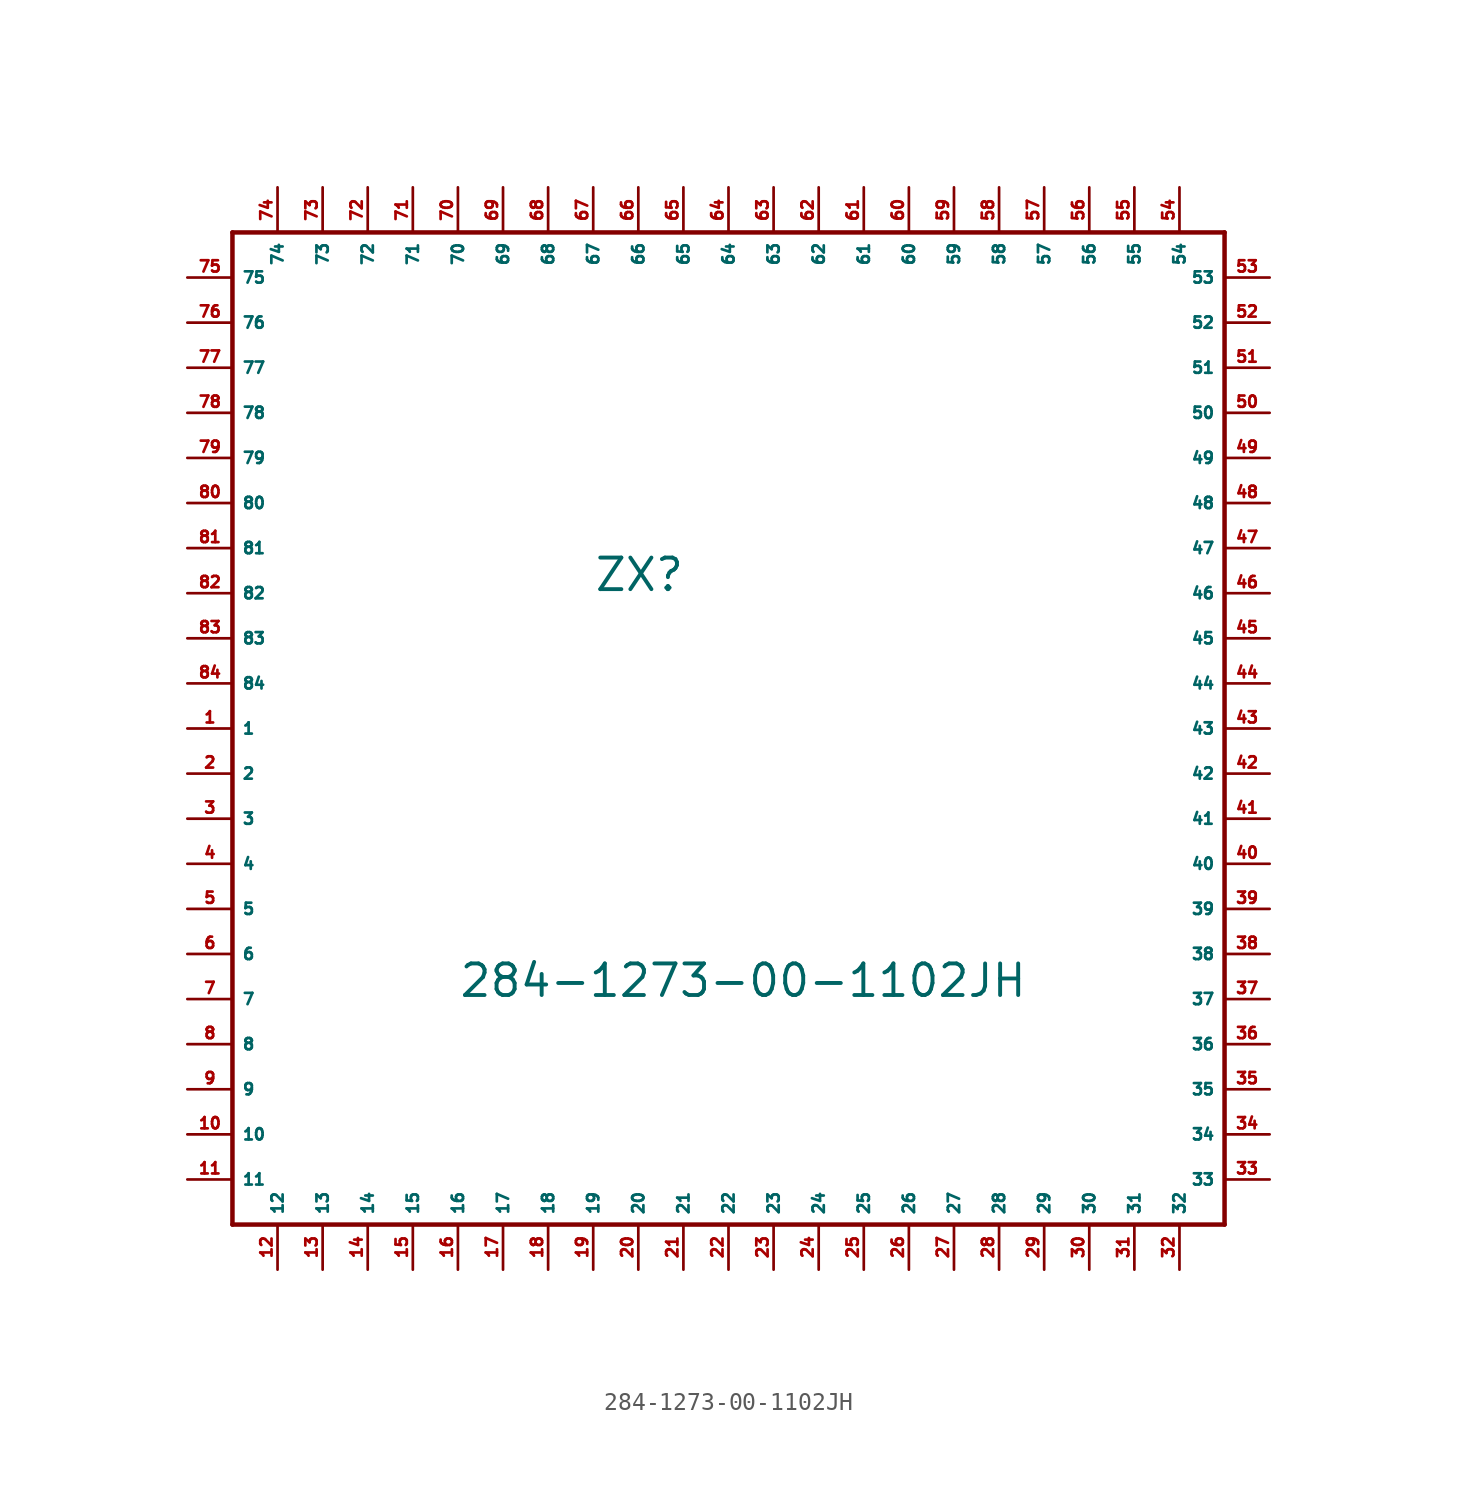
<source format=kicad_sym>
(kicad_symbol_lib
  (version 20220914)
  (generator Eagle2Kicad)
  (symbol "284-1273-00-1102JH"
    (property "Reference" "ZX"
      (at -7.62 7.62 0)
      (effects (font (size 1.778 1.778) (thickness 0.22)) (justify left bottom)))
    (property "Value" "284-1273-00-1102JH"
      (at -15.24 -15.24 0)
      (effects (font (size 1.778 1.778) (thickness 0.22)) (justify left bottom)))
    (polyline
      (pts (xy -27.94 27.94) (xy -27.94 -27.94))
      (stroke (width 0.254) (type default))
      (fill (type none)))
    (polyline
      (pts (xy -27.94 -27.94) (xy 27.94 -27.94))
      (stroke (width 0.254) (type default))
      (fill (type none)))
    (polyline
      (pts (xy 27.94 -27.94) (xy 27.94 27.94))
      (stroke (width 0.254) (type default))
      (fill (type none)))
    (polyline
      (pts (xy 27.94 27.94) (xy -27.94 27.94))
      (stroke (width 0.254) (type default))
      (fill (type none)))
    (pin passive line
      (at -30.48 0 0)
      (length 2.54)
      (name "1" (effects (font (size 0.635 0.635) (thickness 0.08)) (justify left bottom)))
      (number "1" (effects (font (size 0.635 0.635) (thickness 0.08)) (justify left bottom))))
    (pin passive line
      (at -30.48 -2.54 0)
      (length 2.54)
      (name "2" (effects (font (size 0.635 0.635) (thickness 0.08)) (justify left bottom)))
      (number "2" (effects (font (size 0.635 0.635) (thickness 0.08)) (justify left bottom))))
    (pin passive line
      (at -30.48 -5.08 0)
      (length 2.54)
      (name "3" (effects (font (size 0.635 0.635) (thickness 0.08)) (justify left bottom)))
      (number "3" (effects (font (size 0.635 0.635) (thickness 0.08)) (justify left bottom))))
    (pin passive line
      (at -30.48 -7.62 0)
      (length 2.54)
      (name "4" (effects (font (size 0.635 0.635) (thickness 0.08)) (justify left bottom)))
      (number "4" (effects (font (size 0.635 0.635) (thickness 0.08)) (justify left bottom))))
    (pin passive line
      (at -30.48 -10.16 0)
      (length 2.54)
      (name "5" (effects (font (size 0.635 0.635) (thickness 0.08)) (justify left bottom)))
      (number "5" (effects (font (size 0.635 0.635) (thickness 0.08)) (justify left bottom))))
    (pin passive line
      (at -30.48 -12.7 0)
      (length 2.54)
      (name "6" (effects (font (size 0.635 0.635) (thickness 0.08)) (justify left bottom)))
      (number "6" (effects (font (size 0.635 0.635) (thickness 0.08)) (justify left bottom))))
    (pin passive line
      (at -30.48 -15.24 0)
      (length 2.54)
      (name "7" (effects (font (size 0.635 0.635) (thickness 0.08)) (justify left bottom)))
      (number "7" (effects (font (size 0.635 0.635) (thickness 0.08)) (justify left bottom))))
    (pin passive line
      (at -30.48 -17.78 0)
      (length 2.54)
      (name "8" (effects (font (size 0.635 0.635) (thickness 0.08)) (justify left bottom)))
      (number "8" (effects (font (size 0.635 0.635) (thickness 0.08)) (justify left bottom))))
    (pin passive line
      (at -30.48 -20.32 0)
      (length 2.54)
      (name "9" (effects (font (size 0.635 0.635) (thickness 0.08)) (justify left bottom)))
      (number "9" (effects (font (size 0.635 0.635) (thickness 0.08)) (justify left bottom))))
    (pin passive line
      (at -30.48 -22.86 0)
      (length 2.54)
      (name "10" (effects (font (size 0.635 0.635) (thickness 0.08)) (justify left bottom)))
      (number "10" (effects (font (size 0.635 0.635) (thickness 0.08)) (justify left bottom))))
    (pin passive line
      (at -30.48 -25.4 0)
      (length 2.54)
      (name "11" (effects (font (size 0.635 0.635) (thickness 0.08)) (justify left bottom)))
      (number "11" (effects (font (size 0.635 0.635) (thickness 0.08)) (justify left bottom))))
    (pin passive line
      (at -25.4 -30.48 90)
      (length 2.54)
      (name "12" (effects (font (size 0.635 0.635) (thickness 0.08)) (justify left bottom)))
      (number "12" (effects (font (size 0.635 0.635) (thickness 0.08)) (justify left bottom))))
    (pin passive line
      (at -22.86 -30.48 90)
      (length 2.54)
      (name "13" (effects (font (size 0.635 0.635) (thickness 0.08)) (justify left bottom)))
      (number "13" (effects (font (size 0.635 0.635) (thickness 0.08)) (justify left bottom))))
    (pin passive line
      (at -20.32 -30.48 90)
      (length 2.54)
      (name "14" (effects (font (size 0.635 0.635) (thickness 0.08)) (justify left bottom)))
      (number "14" (effects (font (size 0.635 0.635) (thickness 0.08)) (justify left bottom))))
    (pin passive line
      (at -17.78 -30.48 90)
      (length 2.54)
      (name "15" (effects (font (size 0.635 0.635) (thickness 0.08)) (justify left bottom)))
      (number "15" (effects (font (size 0.635 0.635) (thickness 0.08)) (justify left bottom))))
    (pin passive line
      (at -15.24 -30.48 90)
      (length 2.54)
      (name "16" (effects (font (size 0.635 0.635) (thickness 0.08)) (justify left bottom)))
      (number "16" (effects (font (size 0.635 0.635) (thickness 0.08)) (justify left bottom))))
    (pin passive line
      (at -12.7 -30.48 90)
      (length 2.54)
      (name "17" (effects (font (size 0.635 0.635) (thickness 0.08)) (justify left bottom)))
      (number "17" (effects (font (size 0.635 0.635) (thickness 0.08)) (justify left bottom))))
    (pin passive line
      (at -10.16 -30.48 90)
      (length 2.54)
      (name "18" (effects (font (size 0.635 0.635) (thickness 0.08)) (justify left bottom)))
      (number "18" (effects (font (size 0.635 0.635) (thickness 0.08)) (justify left bottom))))
    (pin passive line
      (at -7.62 -30.48 90)
      (length 2.54)
      (name "19" (effects (font (size 0.635 0.635) (thickness 0.08)) (justify left bottom)))
      (number "19" (effects (font (size 0.635 0.635) (thickness 0.08)) (justify left bottom))))
    (pin passive line
      (at -5.08 -30.48 90)
      (length 2.54)
      (name "20" (effects (font (size 0.635 0.635) (thickness 0.08)) (justify left bottom)))
      (number "20" (effects (font (size 0.635 0.635) (thickness 0.08)) (justify left bottom))))
    (pin passive line
      (at -2.54 -30.48 90)
      (length 2.54)
      (name "21" (effects (font (size 0.635 0.635) (thickness 0.08)) (justify left bottom)))
      (number "21" (effects (font (size 0.635 0.635) (thickness 0.08)) (justify left bottom))))
    (pin passive line
      (at 0 -30.48 90)
      (length 2.54)
      (name "22" (effects (font (size 0.635 0.635) (thickness 0.08)) (justify left bottom)))
      (number "22" (effects (font (size 0.635 0.635) (thickness 0.08)) (justify left bottom))))
    (pin passive line
      (at 2.54 -30.48 90)
      (length 2.54)
      (name "23" (effects (font (size 0.635 0.635) (thickness 0.08)) (justify left bottom)))
      (number "23" (effects (font (size 0.635 0.635) (thickness 0.08)) (justify left bottom))))
    (pin passive line
      (at 5.08 -30.48 90)
      (length 2.54)
      (name "24" (effects (font (size 0.635 0.635) (thickness 0.08)) (justify left bottom)))
      (number "24" (effects (font (size 0.635 0.635) (thickness 0.08)) (justify left bottom))))
    (pin passive line
      (at 7.62 -30.48 90)
      (length 2.54)
      (name "25" (effects (font (size 0.635 0.635) (thickness 0.08)) (justify left bottom)))
      (number "25" (effects (font (size 0.635 0.635) (thickness 0.08)) (justify left bottom))))
    (pin passive line
      (at 10.16 -30.48 90)
      (length 2.54)
      (name "26" (effects (font (size 0.635 0.635) (thickness 0.08)) (justify left bottom)))
      (number "26" (effects (font (size 0.635 0.635) (thickness 0.08)) (justify left bottom))))
    (pin passive line
      (at 12.7 -30.48 90)
      (length 2.54)
      (name "27" (effects (font (size 0.635 0.635) (thickness 0.08)) (justify left bottom)))
      (number "27" (effects (font (size 0.635 0.635) (thickness 0.08)) (justify left bottom))))
    (pin passive line
      (at 15.24 -30.48 90)
      (length 2.54)
      (name "28" (effects (font (size 0.635 0.635) (thickness 0.08)) (justify left bottom)))
      (number "28" (effects (font (size 0.635 0.635) (thickness 0.08)) (justify left bottom))))
    (pin passive line
      (at 17.78 -30.48 90)
      (length 2.54)
      (name "29" (effects (font (size 0.635 0.635) (thickness 0.08)) (justify left bottom)))
      (number "29" (effects (font (size 0.635 0.635) (thickness 0.08)) (justify left bottom))))
    (pin passive line
      (at 20.32 -30.48 90)
      (length 2.54)
      (name "30" (effects (font (size 0.635 0.635) (thickness 0.08)) (justify left bottom)))
      (number "30" (effects (font (size 0.635 0.635) (thickness 0.08)) (justify left bottom))))
    (pin passive line
      (at 22.86 -30.48 90)
      (length 2.54)
      (name "31" (effects (font (size 0.635 0.635) (thickness 0.08)) (justify left bottom)))
      (number "31" (effects (font (size 0.635 0.635) (thickness 0.08)) (justify left bottom))))
    (pin passive line
      (at 25.4 -30.48 90)
      (length 2.54)
      (name "32" (effects (font (size 0.635 0.635) (thickness 0.08)) (justify left bottom)))
      (number "32" (effects (font (size 0.635 0.635) (thickness 0.08)) (justify left bottom))))
    (pin passive line
      (at 30.48 -25.4 180)
      (length 2.54)
      (name "33" (effects (font (size 0.635 0.635) (thickness 0.08)) (justify left bottom)))
      (number "33" (effects (font (size 0.635 0.635) (thickness 0.08)) (justify left bottom))))
    (pin passive line
      (at 30.48 -22.86 180)
      (length 2.54)
      (name "34" (effects (font (size 0.635 0.635) (thickness 0.08)) (justify left bottom)))
      (number "34" (effects (font (size 0.635 0.635) (thickness 0.08)) (justify left bottom))))
    (pin passive line
      (at 30.48 -20.32 180)
      (length 2.54)
      (name "35" (effects (font (size 0.635 0.635) (thickness 0.08)) (justify left bottom)))
      (number "35" (effects (font (size 0.635 0.635) (thickness 0.08)) (justify left bottom))))
    (pin passive line
      (at 30.48 -17.78 180)
      (length 2.54)
      (name "36" (effects (font (size 0.635 0.635) (thickness 0.08)) (justify left bottom)))
      (number "36" (effects (font (size 0.635 0.635) (thickness 0.08)) (justify left bottom))))
    (pin passive line
      (at 30.48 -15.24 180)
      (length 2.54)
      (name "37" (effects (font (size 0.635 0.635) (thickness 0.08)) (justify left bottom)))
      (number "37" (effects (font (size 0.635 0.635) (thickness 0.08)) (justify left bottom))))
    (pin passive line
      (at 30.48 -12.7 180)
      (length 2.54)
      (name "38" (effects (font (size 0.635 0.635) (thickness 0.08)) (justify left bottom)))
      (number "38" (effects (font (size 0.635 0.635) (thickness 0.08)) (justify left bottom))))
    (pin passive line
      (at 30.48 -10.16 180)
      (length 2.54)
      (name "39" (effects (font (size 0.635 0.635) (thickness 0.08)) (justify left bottom)))
      (number "39" (effects (font (size 0.635 0.635) (thickness 0.08)) (justify left bottom))))
    (pin passive line
      (at 30.48 -7.62 180)
      (length 2.54)
      (name "40" (effects (font (size 0.635 0.635) (thickness 0.08)) (justify left bottom)))
      (number "40" (effects (font (size 0.635 0.635) (thickness 0.08)) (justify left bottom))))
    (pin passive line
      (at 30.48 -5.08 180)
      (length 2.54)
      (name "41" (effects (font (size 0.635 0.635) (thickness 0.08)) (justify left bottom)))
      (number "41" (effects (font (size 0.635 0.635) (thickness 0.08)) (justify left bottom))))
    (pin passive line
      (at 30.48 -2.54 180)
      (length 2.54)
      (name "42" (effects (font (size 0.635 0.635) (thickness 0.08)) (justify left bottom)))
      (number "42" (effects (font (size 0.635 0.635) (thickness 0.08)) (justify left bottom))))
    (pin passive line
      (at 30.48 0 180)
      (length 2.54)
      (name "43" (effects (font (size 0.635 0.635) (thickness 0.08)) (justify left bottom)))
      (number "43" (effects (font (size 0.635 0.635) (thickness 0.08)) (justify left bottom))))
    (pin passive line
      (at 30.48 2.54 180)
      (length 2.54)
      (name "44" (effects (font (size 0.635 0.635) (thickness 0.08)) (justify left bottom)))
      (number "44" (effects (font (size 0.635 0.635) (thickness 0.08)) (justify left bottom))))
    (pin passive line
      (at 30.48 5.08 180)
      (length 2.54)
      (name "45" (effects (font (size 0.635 0.635) (thickness 0.08)) (justify left bottom)))
      (number "45" (effects (font (size 0.635 0.635) (thickness 0.08)) (justify left bottom))))
    (pin passive line
      (at 30.48 7.62 180)
      (length 2.54)
      (name "46" (effects (font (size 0.635 0.635) (thickness 0.08)) (justify left bottom)))
      (number "46" (effects (font (size 0.635 0.635) (thickness 0.08)) (justify left bottom))))
    (pin passive line
      (at 30.48 10.16 180)
      (length 2.54)
      (name "47" (effects (font (size 0.635 0.635) (thickness 0.08)) (justify left bottom)))
      (number "47" (effects (font (size 0.635 0.635) (thickness 0.08)) (justify left bottom))))
    (pin passive line
      (at 30.48 12.7 180)
      (length 2.54)
      (name "48" (effects (font (size 0.635 0.635) (thickness 0.08)) (justify left bottom)))
      (number "48" (effects (font (size 0.635 0.635) (thickness 0.08)) (justify left bottom))))
    (pin passive line
      (at 30.48 15.24 180)
      (length 2.54)
      (name "49" (effects (font (size 0.635 0.635) (thickness 0.08)) (justify left bottom)))
      (number "49" (effects (font (size 0.635 0.635) (thickness 0.08)) (justify left bottom))))
    (pin passive line
      (at 30.48 17.78 180)
      (length 2.54)
      (name "50" (effects (font (size 0.635 0.635) (thickness 0.08)) (justify left bottom)))
      (number "50" (effects (font (size 0.635 0.635) (thickness 0.08)) (justify left bottom))))
    (pin passive line
      (at 30.48 20.32 180)
      (length 2.54)
      (name "51" (effects (font (size 0.635 0.635) (thickness 0.08)) (justify left bottom)))
      (number "51" (effects (font (size 0.635 0.635) (thickness 0.08)) (justify left bottom))))
    (pin passive line
      (at 30.48 22.86 180)
      (length 2.54)
      (name "52" (effects (font (size 0.635 0.635) (thickness 0.08)) (justify left bottom)))
      (number "52" (effects (font (size 0.635 0.635) (thickness 0.08)) (justify left bottom))))
    (pin passive line
      (at 30.48 25.4 180)
      (length 2.54)
      (name "53" (effects (font (size 0.635 0.635) (thickness 0.08)) (justify left bottom)))
      (number "53" (effects (font (size 0.635 0.635) (thickness 0.08)) (justify left bottom))))
    (pin passive line
      (at 25.4 30.48 270)
      (length 2.54)
      (name "54" (effects (font (size 0.635 0.635) (thickness 0.08)) (justify left bottom)))
      (number "54" (effects (font (size 0.635 0.635) (thickness 0.08)) (justify left bottom))))
    (pin passive line
      (at 22.86 30.48 270)
      (length 2.54)
      (name "55" (effects (font (size 0.635 0.635) (thickness 0.08)) (justify left bottom)))
      (number "55" (effects (font (size 0.635 0.635) (thickness 0.08)) (justify left bottom))))
    (pin passive line
      (at 20.32 30.48 270)
      (length 2.54)
      (name "56" (effects (font (size 0.635 0.635) (thickness 0.08)) (justify left bottom)))
      (number "56" (effects (font (size 0.635 0.635) (thickness 0.08)) (justify left bottom))))
    (pin passive line
      (at 17.78 30.48 270)
      (length 2.54)
      (name "57" (effects (font (size 0.635 0.635) (thickness 0.08)) (justify left bottom)))
      (number "57" (effects (font (size 0.635 0.635) (thickness 0.08)) (justify left bottom))))
    (pin passive line
      (at 15.24 30.48 270)
      (length 2.54)
      (name "58" (effects (font (size 0.635 0.635) (thickness 0.08)) (justify left bottom)))
      (number "58" (effects (font (size 0.635 0.635) (thickness 0.08)) (justify left bottom))))
    (pin passive line
      (at 12.7 30.48 270)
      (length 2.54)
      (name "59" (effects (font (size 0.635 0.635) (thickness 0.08)) (justify left bottom)))
      (number "59" (effects (font (size 0.635 0.635) (thickness 0.08)) (justify left bottom))))
    (pin passive line
      (at 10.16 30.48 270)
      (length 2.54)
      (name "60" (effects (font (size 0.635 0.635) (thickness 0.08)) (justify left bottom)))
      (number "60" (effects (font (size 0.635 0.635) (thickness 0.08)) (justify left bottom))))
    (pin passive line
      (at 7.62 30.48 270)
      (length 2.54)
      (name "61" (effects (font (size 0.635 0.635) (thickness 0.08)) (justify left bottom)))
      (number "61" (effects (font (size 0.635 0.635) (thickness 0.08)) (justify left bottom))))
    (pin passive line
      (at 5.08 30.48 270)
      (length 2.54)
      (name "62" (effects (font (size 0.635 0.635) (thickness 0.08)) (justify left bottom)))
      (number "62" (effects (font (size 0.635 0.635) (thickness 0.08)) (justify left bottom))))
    (pin passive line
      (at 2.54 30.48 270)
      (length 2.54)
      (name "63" (effects (font (size 0.635 0.635) (thickness 0.08)) (justify left bottom)))
      (number "63" (effects (font (size 0.635 0.635) (thickness 0.08)) (justify left bottom))))
    (pin passive line
      (at 0 30.48 270)
      (length 2.54)
      (name "64" (effects (font (size 0.635 0.635) (thickness 0.08)) (justify left bottom)))
      (number "64" (effects (font (size 0.635 0.635) (thickness 0.08)) (justify left bottom))))
    (pin passive line
      (at -2.54 30.48 270)
      (length 2.54)
      (name "65" (effects (font (size 0.635 0.635) (thickness 0.08)) (justify left bottom)))
      (number "65" (effects (font (size 0.635 0.635) (thickness 0.08)) (justify left bottom))))
    (pin passive line
      (at -5.08 30.48 270)
      (length 2.54)
      (name "66" (effects (font (size 0.635 0.635) (thickness 0.08)) (justify left bottom)))
      (number "66" (effects (font (size 0.635 0.635) (thickness 0.08)) (justify left bottom))))
    (pin passive line
      (at -7.62 30.48 270)
      (length 2.54)
      (name "67" (effects (font (size 0.635 0.635) (thickness 0.08)) (justify left bottom)))
      (number "67" (effects (font (size 0.635 0.635) (thickness 0.08)) (justify left bottom))))
    (pin passive line
      (at -10.16 30.48 270)
      (length 2.54)
      (name "68" (effects (font (size 0.635 0.635) (thickness 0.08)) (justify left bottom)))
      (number "68" (effects (font (size 0.635 0.635) (thickness 0.08)) (justify left bottom))))
    (pin passive line
      (at -12.7 30.48 270)
      (length 2.54)
      (name "69" (effects (font (size 0.635 0.635) (thickness 0.08)) (justify left bottom)))
      (number "69" (effects (font (size 0.635 0.635) (thickness 0.08)) (justify left bottom))))
    (pin passive line
      (at -15.24 30.48 270)
      (length 2.54)
      (name "70" (effects (font (size 0.635 0.635) (thickness 0.08)) (justify left bottom)))
      (number "70" (effects (font (size 0.635 0.635) (thickness 0.08)) (justify left bottom))))
    (pin passive line
      (at -17.78 30.48 270)
      (length 2.54)
      (name "71" (effects (font (size 0.635 0.635) (thickness 0.08)) (justify left bottom)))
      (number "71" (effects (font (size 0.635 0.635) (thickness 0.08)) (justify left bottom))))
    (pin passive line
      (at -20.32 30.48 270)
      (length 2.54)
      (name "72" (effects (font (size 0.635 0.635) (thickness 0.08)) (justify left bottom)))
      (number "72" (effects (font (size 0.635 0.635) (thickness 0.08)) (justify left bottom))))
    (pin passive line
      (at -22.86 30.48 270)
      (length 2.54)
      (name "73" (effects (font (size 0.635 0.635) (thickness 0.08)) (justify left bottom)))
      (number "73" (effects (font (size 0.635 0.635) (thickness 0.08)) (justify left bottom))))
    (pin passive line
      (at -25.4 30.48 270)
      (length 2.54)
      (name "74" (effects (font (size 0.635 0.635) (thickness 0.08)) (justify left bottom)))
      (number "74" (effects (font (size 0.635 0.635) (thickness 0.08)) (justify left bottom))))
    (pin passive line
      (at -30.48 25.4 0)
      (length 2.54)
      (name "75" (effects (font (size 0.635 0.635) (thickness 0.08)) (justify left bottom)))
      (number "75" (effects (font (size 0.635 0.635) (thickness 0.08)) (justify left bottom))))
    (pin passive line
      (at -30.48 22.86 0)
      (length 2.54)
      (name "76" (effects (font (size 0.635 0.635) (thickness 0.08)) (justify left bottom)))
      (number "76" (effects (font (size 0.635 0.635) (thickness 0.08)) (justify left bottom))))
    (pin passive line
      (at -30.48 20.32 0)
      (length 2.54)
      (name "77" (effects (font (size 0.635 0.635) (thickness 0.08)) (justify left bottom)))
      (number "77" (effects (font (size 0.635 0.635) (thickness 0.08)) (justify left bottom))))
    (pin passive line
      (at -30.48 17.78 0)
      (length 2.54)
      (name "78" (effects (font (size 0.635 0.635) (thickness 0.08)) (justify left bottom)))
      (number "78" (effects (font (size 0.635 0.635) (thickness 0.08)) (justify left bottom))))
    (pin passive line
      (at -30.48 15.24 0)
      (length 2.54)
      (name "79" (effects (font (size 0.635 0.635) (thickness 0.08)) (justify left bottom)))
      (number "79" (effects (font (size 0.635 0.635) (thickness 0.08)) (justify left bottom))))
    (pin passive line
      (at -30.48 12.7 0)
      (length 2.54)
      (name "80" (effects (font (size 0.635 0.635) (thickness 0.08)) (justify left bottom)))
      (number "80" (effects (font (size 0.635 0.635) (thickness 0.08)) (justify left bottom))))
    (pin passive line
      (at -30.48 10.16 0)
      (length 2.54)
      (name "81" (effects (font (size 0.635 0.635) (thickness 0.08)) (justify left bottom)))
      (number "81" (effects (font (size 0.635 0.635) (thickness 0.08)) (justify left bottom))))
    (pin passive line
      (at -30.48 7.62 0)
      (length 2.54)
      (name "82" (effects (font (size 0.635 0.635) (thickness 0.08)) (justify left bottom)))
      (number "82" (effects (font (size 0.635 0.635) (thickness 0.08)) (justify left bottom))))
    (pin passive line
      (at -30.48 5.08 0)
      (length 2.54)
      (name "83" (effects (font (size 0.635 0.635) (thickness 0.08)) (justify left bottom)))
      (number "83" (effects (font (size 0.635 0.635) (thickness 0.08)) (justify left bottom))))
    (pin passive line
      (at -30.48 2.54 0)
      (length 2.54)
      (name "84" (effects (font (size 0.635 0.635) (thickness 0.08)) (justify left bottom)))
      (number "84" (effects (font (size 0.635 0.635) (thickness 0.08)) (justify left bottom))))))
</source>
